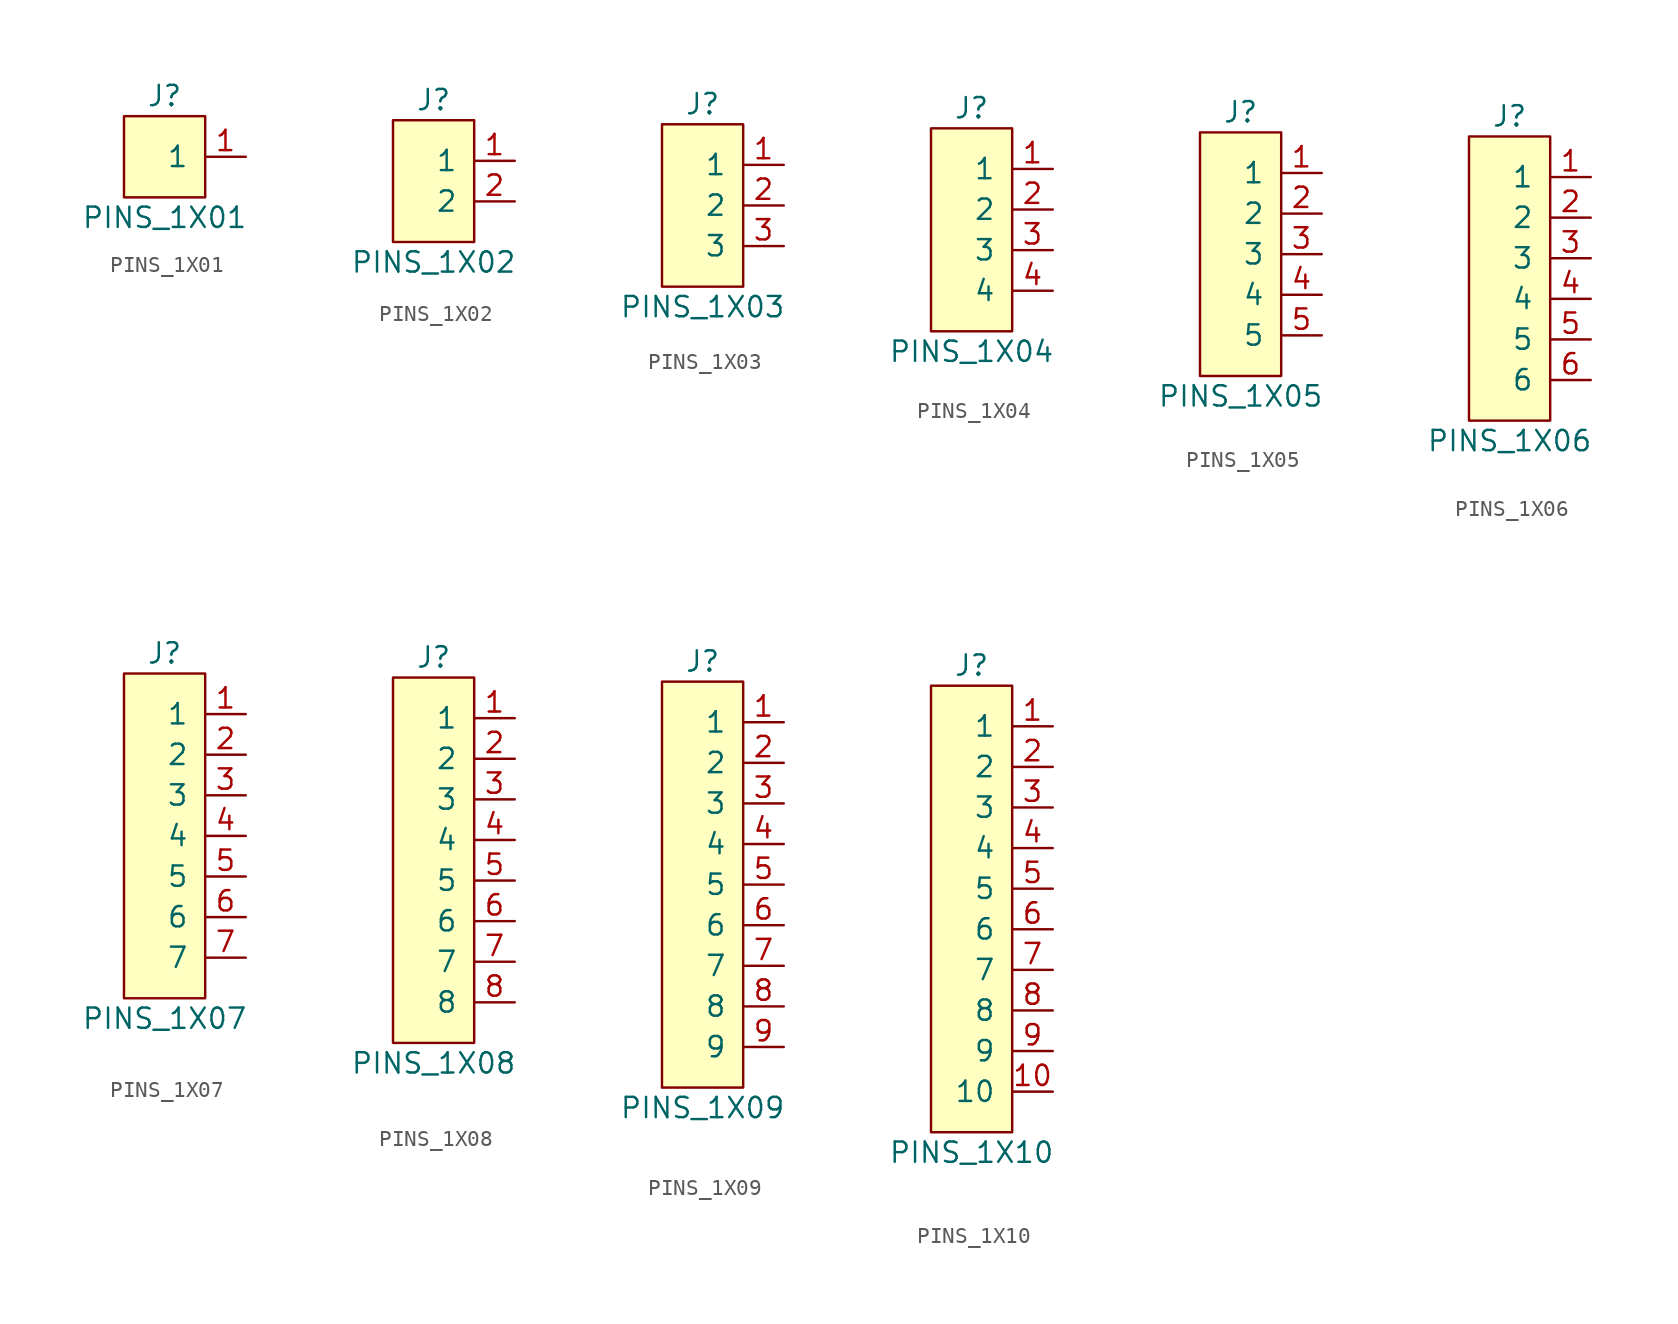
<source format=kicad_sym>
(kicad_symbol_lib
  (version 20241209)
  (generator "kicad_symbol_editor")
  (generator_version "9.0")
  (symbol "PINS_1X01"
    (pin_names
      (offset 1.016))
    (property "Reference" "J"
      (at 0 3.81 0)
      (effects (font (size 1.27 1.27))))
    (property "Value" "PINS_1X01"
      (at 0 -3.81 0)
      (effects (font (size 1.27 1.27))))
    (symbol "PINS_1X01_0_1"
      (rectangle (start -2.54 2.54) (end 2.54 -2.54) (stroke (width 0) (type default)) (fill (type background))))
    (symbol "PINS_1X01_1_1"
      (pin passive line (at 5.08 0 180) (length 2.54) (name "1" (effects (font (size 1.27 1.27)))) (number "1" (effects (font (size 1.27 1.27)))))))
  (symbol "PINS_1X02"
    (pin_names
      (offset 1.016))
    (property "Reference" "J"
      (at 0 5.08 0)
      (effects (font (size 1.27 1.27))))
    (property "Value" "PINS_1X02"
      (at 0 -5.08 0)
      (effects (font (size 1.27 1.27))))
    (symbol "PINS_1X02_0_1"
      (rectangle (start -2.54 3.81) (end 2.54 -3.81) (stroke (width 0) (type default)) (fill (type background))))
    (symbol "PINS_1X02_1_1"
      (pin passive line (at 5.08 1.27 180) (length 2.54) (name "1" (effects (font (size 1.27 1.27)))) (number "1" (effects (font (size 1.27 1.27)))))
      (pin passive line (at 5.08 -1.27 180) (length 2.54) (name "2" (effects (font (size 1.27 1.27)))) (number "2" (effects (font (size 1.27 1.27)))))))
  (symbol "PINS_1X03"
    (pin_names
      (offset 1.016))
    (property "Reference" "J"
      (at 0 6.35 0)
      (effects (font (size 1.27 1.27))))
    (property "Value" "PINS_1X03"
      (at 0 -6.35 0)
      (effects (font (size 1.27 1.27))))
    (symbol "PINS_1X03_0_1"
      (rectangle (start -2.54 5.08) (end 2.54 -5.08) (stroke (width 0) (type default)) (fill (type background))))
    (symbol "PINS_1X03_1_1"
      (pin passive line (at 5.08 2.54 180) (length 2.54) (name "1" (effects (font (size 1.27 1.27)))) (number "1" (effects (font (size 1.27 1.27)))))
      (pin passive line (at 5.08 0 180) (length 2.54) (name "2" (effects (font (size 1.27 1.27)))) (number "2" (effects (font (size 1.27 1.27)))))
      (pin passive line (at 5.08 -2.54 180) (length 2.54) (name "3" (effects (font (size 1.27 1.27)))) (number "3" (effects (font (size 1.27 1.27)))))))
  (symbol "PINS_1X04"
    (pin_names
      (offset 1.016))
    (property "Reference" "J"
      (at 0 7.62 0)
      (effects (font (size 1.27 1.27))))
    (property "Value" "PINS_1X04"
      (at 0 -7.62 0)
      (effects (font (size 1.27 1.27))))
    (symbol "PINS_1X04_0_1"
      (rectangle (start -2.54 6.35) (end 2.54 -6.35) (stroke (width 0) (type default)) (fill (type background))))
    (symbol "PINS_1X04_1_1"
      (pin passive line (at 5.08 3.81 180) (length 2.54) (name "1" (effects (font (size 1.27 1.27)))) (number "1" (effects (font (size 1.27 1.27)))))
      (pin passive line (at 5.08 1.27 180) (length 2.54) (name "2" (effects (font (size 1.27 1.27)))) (number "2" (effects (font (size 1.27 1.27)))))
      (pin passive line (at 5.08 -1.27 180) (length 2.54) (name "3" (effects (font (size 1.27 1.27)))) (number "3" (effects (font (size 1.27 1.27)))))
      (pin passive line (at 5.08 -3.81 180) (length 2.54) (name "4" (effects (font (size 1.27 1.27)))) (number "4" (effects (font (size 1.27 1.27)))))))
  (symbol "PINS_1X05"
    (pin_names
      (offset 1.016))
    (property "Reference" "J"
      (at 0 8.89 0)
      (effects (font (size 1.27 1.27))))
    (property "Value" "PINS_1X05"
      (at 0 -8.89 0)
      (effects (font (size 1.27 1.27))))
    (symbol "PINS_1X05_0_1"
      (rectangle (start -2.54 7.62) (end 2.54 -7.62) (stroke (width 0) (type default)) (fill (type background))))
    (symbol "PINS_1X05_1_1"
      (pin passive line (at 5.08 5.08 180) (length 2.54) (name "1" (effects (font (size 1.27 1.27)))) (number "1" (effects (font (size 1.27 1.27)))))
      (pin passive line (at 5.08 2.54 180) (length 2.54) (name "2" (effects (font (size 1.27 1.27)))) (number "2" (effects (font (size 1.27 1.27)))))
      (pin passive line (at 5.08 0 180) (length 2.54) (name "3" (effects (font (size 1.27 1.27)))) (number "3" (effects (font (size 1.27 1.27)))))
      (pin passive line (at 5.08 -2.54 180) (length 2.54) (name "4" (effects (font (size 1.27 1.27)))) (number "4" (effects (font (size 1.27 1.27)))))
      (pin passive line (at 5.08 -5.08 180) (length 2.54) (name "5" (effects (font (size 1.27 1.27)))) (number "5" (effects (font (size 1.27 1.27)))))))
  (symbol "PINS_1X06"
    (pin_names
      (offset 1.016))
    (property "Reference" "J"
      (at 0 10.16 0)
      (effects (font (size 1.27 1.27))))
    (property "Value" "PINS_1X06"
      (at 0 -10.16 0)
      (effects (font (size 1.27 1.27))))
    (symbol "PINS_1X06_0_1"
      (rectangle (start -2.54 8.89) (end 2.54 -8.89) (stroke (width 0) (type default)) (fill (type background))))
    (symbol "PINS_1X06_1_1"
      (pin passive line (at 5.08 6.35 180) (length 2.54) (name "1" (effects (font (size 1.27 1.27)))) (number "1" (effects (font (size 1.27 1.27)))))
      (pin passive line (at 5.08 3.81 180) (length 2.54) (name "2" (effects (font (size 1.27 1.27)))) (number "2" (effects (font (size 1.27 1.27)))))
      (pin passive line (at 5.08 1.27 180) (length 2.54) (name "3" (effects (font (size 1.27 1.27)))) (number "3" (effects (font (size 1.27 1.27)))))
      (pin passive line (at 5.08 -1.27 180) (length 2.54) (name "4" (effects (font (size 1.27 1.27)))) (number "4" (effects (font (size 1.27 1.27)))))
      (pin passive line (at 5.08 -3.81 180) (length 2.54) (name "5" (effects (font (size 1.27 1.27)))) (number "5" (effects (font (size 1.27 1.27)))))
      (pin passive line (at 5.08 -6.35 180) (length 2.54) (name "6" (effects (font (size 1.27 1.27)))) (number "6" (effects (font (size 1.27 1.27)))))))
  (symbol "PINS_1X07"
    (pin_names
      (offset 1.016))
    (property "Reference" "J"
      (at 0 11.43 0)
      (effects (font (size 1.27 1.27))))
    (property "Value" "PINS_1X07"
      (at 0 -11.43 0)
      (effects (font (size 1.27 1.27))))
    (symbol "PINS_1X07_0_1"
      (rectangle (start -2.54 10.16) (end 2.54 -10.16) (stroke (width 0) (type default)) (fill (type background))))
    (symbol "PINS_1X07_1_1"
      (pin unspecified line (at 5.08 7.62 180) (length 2.54) (name "1" (effects (font (size 1.27 1.27)))) (number "1" (effects (font (size 1.27 1.27)))))
      (pin unspecified line (at 5.08 5.08 180) (length 2.54) (name "2" (effects (font (size 1.27 1.27)))) (number "2" (effects (font (size 1.27 1.27)))))
      (pin unspecified line (at 5.08 2.54 180) (length 2.54) (name "3" (effects (font (size 1.27 1.27)))) (number "3" (effects (font (size 1.27 1.27)))))
      (pin unspecified line (at 5.08 0 180) (length 2.54) (name "4" (effects (font (size 1.27 1.27)))) (number "4" (effects (font (size 1.27 1.27)))))
      (pin unspecified line (at 5.08 -2.54 180) (length 2.54) (name "5" (effects (font (size 1.27 1.27)))) (number "5" (effects (font (size 1.27 1.27)))))
      (pin unspecified line (at 5.08 -5.08 180) (length 2.54) (name "6" (effects (font (size 1.27 1.27)))) (number "6" (effects (font (size 1.27 1.27)))))
      (pin unspecified line (at 5.08 -7.62 180) (length 2.54) (name "7" (effects (font (size 1.27 1.27)))) (number "7" (effects (font (size 1.27 1.27)))))))
  (symbol "PINS_1X08"
    (pin_names
      (offset 1.016))
    (property "Reference" "J"
      (at 0 12.7 0)
      (effects (font (size 1.27 1.27))))
    (property "Value" "PINS_1X08"
      (at 0 -12.7 0)
      (effects (font (size 1.27 1.27))))
    (symbol "PINS_1X08_0_1"
      (rectangle (start -2.54 11.43) (end 2.54 -11.43) (stroke (width 0) (type default)) (fill (type background))))
    (symbol "PINS_1X08_1_1"
      (pin passive line (at 5.08 8.89 180) (length 2.54) (name "1" (effects (font (size 1.27 1.27)))) (number "1" (effects (font (size 1.27 1.27)))))
      (pin passive line (at 5.08 6.35 180) (length 2.54) (name "2" (effects (font (size 1.27 1.27)))) (number "2" (effects (font (size 1.27 1.27)))))
      (pin passive line (at 5.08 3.81 180) (length 2.54) (name "3" (effects (font (size 1.27 1.27)))) (number "3" (effects (font (size 1.27 1.27)))))
      (pin passive line (at 5.08 1.27 180) (length 2.54) (name "4" (effects (font (size 1.27 1.27)))) (number "4" (effects (font (size 1.27 1.27)))))
      (pin passive line (at 5.08 -1.27 180) (length 2.54) (name "5" (effects (font (size 1.27 1.27)))) (number "5" (effects (font (size 1.27 1.27)))))
      (pin passive line (at 5.08 -3.81 180) (length 2.54) (name "6" (effects (font (size 1.27 1.27)))) (number "6" (effects (font (size 1.27 1.27)))))
      (pin passive line (at 5.08 -6.35 180) (length 2.54) (name "7" (effects (font (size 1.27 1.27)))) (number "7" (effects (font (size 1.27 1.27)))))
      (pin passive line (at 5.08 -8.89 180) (length 2.54) (name "8" (effects (font (size 1.27 1.27)))) (number "8" (effects (font (size 1.27 1.27)))))))
  (symbol "PINS_1X09"
    (pin_names
      (offset 1.016))
    (property "Reference" "J"
      (at 0 13.97 0)
      (effects (font (size 1.27 1.27))))
    (property "Value" "PINS_1X09"
      (at 0 -13.97 0)
      (effects (font (size 1.27 1.27))))
    (symbol "PINS_1X09_0_1"
      (rectangle (start -2.54 12.7) (end 2.54 -12.7) (stroke (width 0) (type default)) (fill (type background))))
    (symbol "PINS_1X09_1_1"
      (pin passive line (at 5.08 10.16 180) (length 2.54) (name "1" (effects (font (size 1.27 1.27)))) (number "1" (effects (font (size 1.27 1.27)))))
      (pin passive line (at 5.08 7.62 180) (length 2.54) (name "2" (effects (font (size 1.27 1.27)))) (number "2" (effects (font (size 1.27 1.27)))))
      (pin passive line (at 5.08 5.08 180) (length 2.54) (name "3" (effects (font (size 1.27 1.27)))) (number "3" (effects (font (size 1.27 1.27)))))
      (pin passive line (at 5.08 2.54 180) (length 2.54) (name "4" (effects (font (size 1.27 1.27)))) (number "4" (effects (font (size 1.27 1.27)))))
      (pin passive line (at 5.08 0 180) (length 2.54) (name "5" (effects (font (size 1.27 1.27)))) (number "5" (effects (font (size 1.27 1.27)))))
      (pin passive line (at 5.08 -2.54 180) (length 2.54) (name "6" (effects (font (size 1.27 1.27)))) (number "6" (effects (font (size 1.27 1.27)))))
      (pin passive line (at 5.08 -5.08 180) (length 2.54) (name "7" (effects (font (size 1.27 1.27)))) (number "7" (effects (font (size 1.27 1.27)))))
      (pin passive line (at 5.08 -7.62 180) (length 2.54) (name "8" (effects (font (size 1.27 1.27)))) (number "8" (effects (font (size 1.27 1.27)))))
      (pin passive line (at 5.08 -10.16 180) (length 2.54) (name "9" (effects (font (size 1.27 1.27)))) (number "9" (effects (font (size 1.27 1.27)))))))
  (symbol "PINS_1X10"
    (pin_names
      (offset 1.016))
    (property "Reference" "J"
      (at 0 15.24 0)
      (effects (font (size 1.27 1.27))))
    (property "Value" "PINS_1X10"
      (at 0 -15.24 0)
      (effects (font (size 1.27 1.27))))
    (symbol "PINS_1X10_0_1"
      (rectangle (start -2.54 13.97) (end 2.54 -13.97) (stroke (width 0) (type default)) (fill (type background))))
    (symbol "PINS_1X10_1_1"
      (pin passive line (at 5.08 11.43 180) (length 2.54) (name "1" (effects (font (size 1.27 1.27)))) (number "1" (effects (font (size 1.27 1.27)))))
      (pin passive line (at 5.08 8.89 180) (length 2.54) (name "2" (effects (font (size 1.27 1.27)))) (number "2" (effects (font (size 1.27 1.27)))))
      (pin passive line (at 5.08 6.35 180) (length 2.54) (name "3" (effects (font (size 1.27 1.27)))) (number "3" (effects (font (size 1.27 1.27)))))
      (pin passive line (at 5.08 3.81 180) (length 2.54) (name "4" (effects (font (size 1.27 1.27)))) (number "4" (effects (font (size 1.27 1.27)))))
      (pin passive line (at 5.08 1.27 180) (length 2.54) (name "5" (effects (font (size 1.27 1.27)))) (number "5" (effects (font (size 1.27 1.27)))))
      (pin passive line (at 5.08 -1.27 180) (length 2.54) (name "6" (effects (font (size 1.27 1.27)))) (number "6" (effects (font (size 1.27 1.27)))))
      (pin passive line (at 5.08 -3.81 180) (length 2.54) (name "7" (effects (font (size 1.27 1.27)))) (number "7" (effects (font (size 1.27 1.27)))))
      (pin passive line (at 5.08 -6.35 180) (length 2.54) (name "8" (effects (font (size 1.27 1.27)))) (number "8" (effects (font (size 1.27 1.27)))))
      (pin passive line (at 5.08 -8.89 180) (length 2.54) (name "9" (effects (font (size 1.27 1.27)))) (number "9" (effects (font (size 1.27 1.27)))))
      (pin passive line (at 5.08 -11.43 180) (length 2.54) (name "10" (effects (font (size 1.27 1.27)))) (number "10" (effects (font (size 1.27 1.27))))))))
</source>
